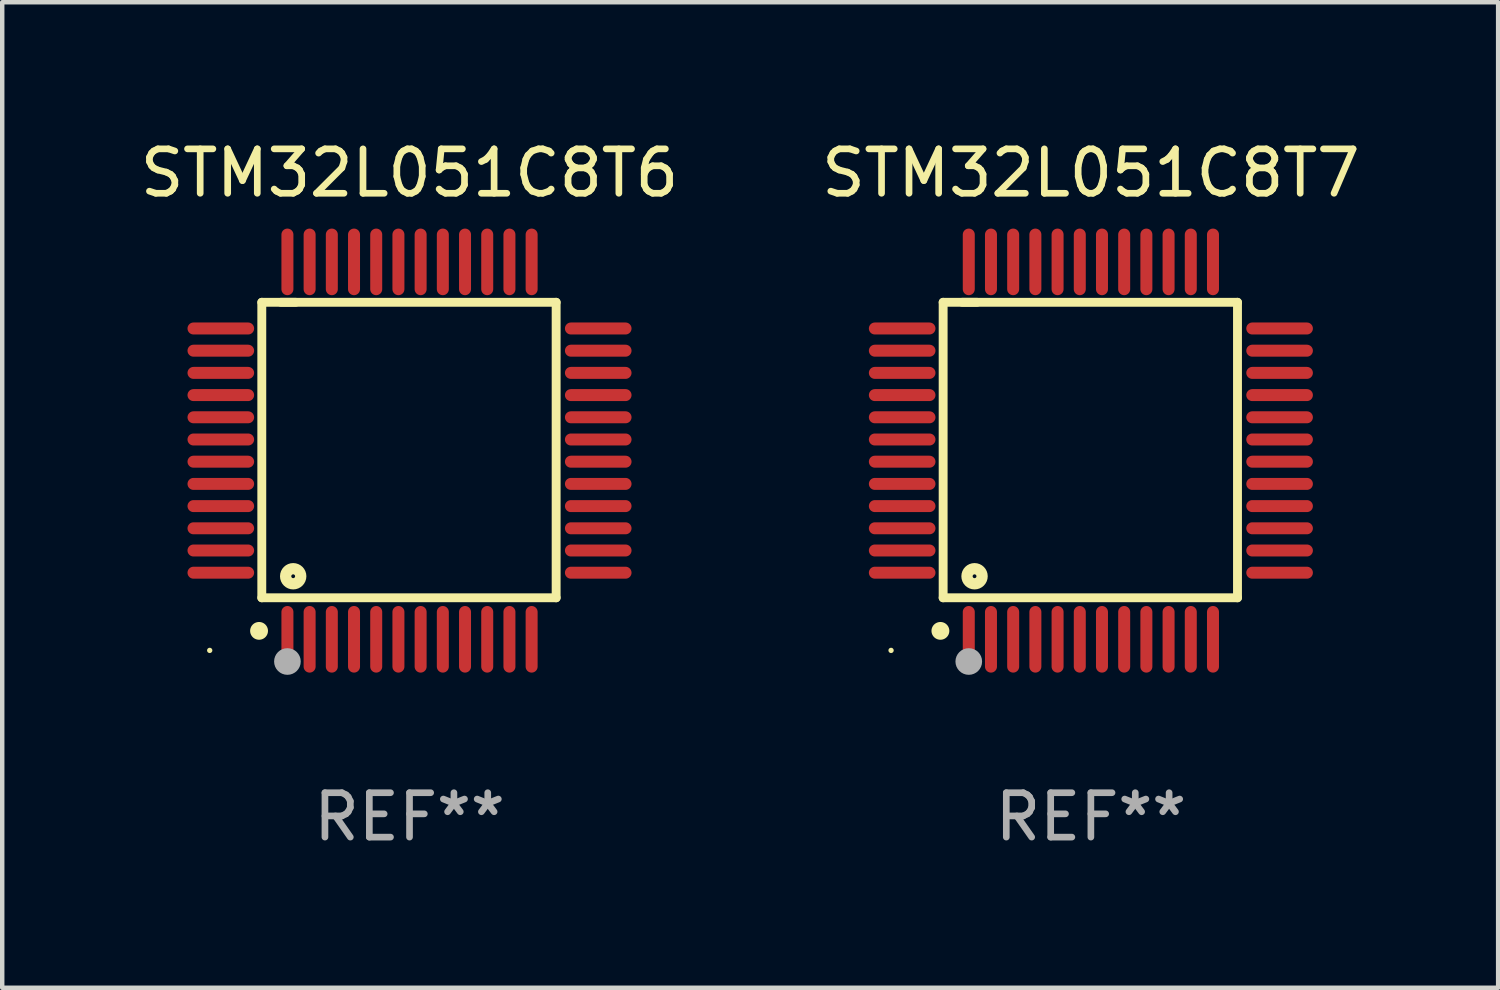
<source format=kicad_pcb>
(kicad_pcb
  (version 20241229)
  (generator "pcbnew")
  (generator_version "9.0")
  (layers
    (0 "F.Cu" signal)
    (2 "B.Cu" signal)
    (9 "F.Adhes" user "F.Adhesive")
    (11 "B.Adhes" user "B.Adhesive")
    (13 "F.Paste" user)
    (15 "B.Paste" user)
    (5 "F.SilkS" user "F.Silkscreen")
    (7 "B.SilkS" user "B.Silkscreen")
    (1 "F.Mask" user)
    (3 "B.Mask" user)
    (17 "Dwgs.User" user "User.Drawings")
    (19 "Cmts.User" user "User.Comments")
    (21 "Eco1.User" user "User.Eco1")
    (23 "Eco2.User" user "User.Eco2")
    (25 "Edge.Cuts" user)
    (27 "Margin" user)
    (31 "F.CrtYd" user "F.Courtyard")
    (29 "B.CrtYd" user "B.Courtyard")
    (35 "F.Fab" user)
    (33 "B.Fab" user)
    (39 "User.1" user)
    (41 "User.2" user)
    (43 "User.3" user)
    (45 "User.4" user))
  (footprint "STM32L051C8T7"
    (layer "F.Cu")
    (at 21.518 7.098)
    (property "Reference" "STM32L051C8T7" (at 0 -6.25 0) (layer "F.SilkS") (effects (font (size 1 1) (thickness 0.15))))
    (attr through_hole)
    (fp_line (start -3.327 -3.34) (end -2.565 -3.34) (stroke (width 0.2) (type solid)) (layer "F.SilkS"))
    (fp_line (start -3.327 3.315) (end -3.327 -3.34) (stroke (width 0.2) (type solid)) (layer "F.SilkS"))
    (fp_line (start -2.896 -3.34) (end 3.302 -3.34) (stroke (width 0.2) (type solid)) (layer "F.SilkS"))
    (fp_line (start 3.302 -3.34) (end 3.302 3.315) (stroke (width 0.2) (type solid)) (layer "F.SilkS"))
    (fp_line (start 3.302 3.315) (end -3.327 3.315) (stroke (width 0.2) (type solid)) (layer "F.SilkS"))
    (fp_arc (start -3.389992 4.059995) (mid -3.388722 4.059991) (end -3.387452 4.059995) (stroke (width 0.4) (type solid)) (layer "F.SilkS"))
    (fp_circle (center -4.5 4.5) (end -4.47 4.5) (stroke (width 0.06) (type solid)) (fill no) (layer "F.SilkS"))
    (fp_circle (center -2.62 2.83) (end -2.45 2.83) (stroke (width 0.254) (type solid)) (fill no) (layer "F.SilkS"))
    (fp_circle (center -2.75 4.75) (end -2.6 4.75) (stroke (width 0.3) (type solid)) (fill no) (layer "F.Fab"))
    (fp_text user "REF**" (at 0 8.25 0) (layer "F.Fab") (effects (font (size 1 1) (thickness 0.15))))
    (pad "1" smd oval (at -2.75 4.25) (size 0.27 1.5) (layers "F.Cu" "F.Mask" "F.Paste"))
    (pad "2" smd oval (at -2.25 4.25) (size 0.27 1.5) (layers "F.Cu" "F.Mask" "F.Paste"))
    (pad "3" smd oval (at -1.75 4.25) (size 0.27 1.5) (layers "F.Cu" "F.Mask" "F.Paste"))
    (pad "4" smd oval (at -1.25 4.25) (size 0.27 1.5) (layers "F.Cu" "F.Mask" "F.Paste"))
    (pad "5" smd oval (at -0.75 4.25) (size 0.27 1.5) (layers "F.Cu" "F.Mask" "F.Paste"))
    (pad "6" smd oval (at -0.25 4.25) (size 0.27 1.5) (layers "F.Cu" "F.Mask" "F.Paste"))
    (pad "7" smd oval (at 0.25 4.25) (size 0.27 1.5) (layers "F.Cu" "F.Mask" "F.Paste"))
    (pad "8" smd oval (at 0.75 4.25) (size 0.27 1.5) (layers "F.Cu" "F.Mask" "F.Paste"))
    (pad "9" smd oval (at 1.25 4.25) (size 0.27 1.5) (layers "F.Cu" "F.Mask" "F.Paste"))
    (pad "10" smd oval (at 1.75 4.25) (size 0.27 1.5) (layers "F.Cu" "F.Mask" "F.Paste"))
    (pad "11" smd oval (at 2.25 4.25) (size 0.27 1.5) (layers "F.Cu" "F.Mask" "F.Paste"))
    (pad "12" smd oval (at 2.75 4.25) (size 0.27 1.5) (layers "F.Cu" "F.Mask" "F.Paste"))
    (pad "13" smd oval (at 4.25 2.75) (size 1.5 0.27) (layers "F.Cu" "F.Mask" "F.Paste"))
    (pad "14" smd oval (at 4.25 2.25) (size 1.5 0.27) (layers "F.Cu" "F.Mask" "F.Paste"))
    (pad "15" smd oval (at 4.25 1.75) (size 1.5 0.27) (layers "F.Cu" "F.Mask" "F.Paste"))
    (pad "16" smd oval (at 4.25 1.25) (size 1.5 0.27) (layers "F.Cu" "F.Mask" "F.Paste"))
    (pad "17" smd oval (at 4.25 0.75) (size 1.5 0.27) (layers "F.Cu" "F.Mask" "F.Paste"))
    (pad "18" smd oval (at 4.25 0.25) (size 1.5 0.27) (layers "F.Cu" "F.Mask" "F.Paste"))
    (pad "19" smd oval (at 4.25 -0.25) (size 1.5 0.27) (layers "F.Cu" "F.Mask" "F.Paste"))
    (pad "20" smd oval (at 4.25 -0.75) (size 1.5 0.27) (layers "F.Cu" "F.Mask" "F.Paste"))
    (pad "21" smd oval (at 4.25 -1.25) (size 1.5 0.27) (layers "F.Cu" "F.Mask" "F.Paste"))
    (pad "22" smd oval (at 4.25 -1.75) (size 1.5 0.27) (layers "F.Cu" "F.Mask" "F.Paste"))
    (pad "23" smd oval (at 4.25 -2.25) (size 1.5 0.27) (layers "F.Cu" "F.Mask" "F.Paste"))
    (pad "24" smd oval (at 4.25 -2.75) (size 1.5 0.27) (layers "F.Cu" "F.Mask" "F.Paste"))
    (pad "25" smd oval (at 2.75 -4.25) (size 0.27 1.5) (layers "F.Cu" "F.Mask" "F.Paste"))
    (pad "26" smd oval (at 2.25 -4.25) (size 0.27 1.5) (layers "F.Cu" "F.Mask" "F.Paste"))
    (pad "27" smd oval (at 1.75 -4.25) (size 0.27 1.5) (layers "F.Cu" "F.Mask" "F.Paste"))
    (pad "28" smd oval (at 1.25 -4.25) (size 0.27 1.5) (layers "F.Cu" "F.Mask" "F.Paste"))
    (pad "29" smd oval (at 0.75 -4.25) (size 0.27 1.5) (layers "F.Cu" "F.Mask" "F.Paste"))
    (pad "30" smd oval (at 0.25 -4.25) (size 0.27 1.5) (layers "F.Cu" "F.Mask" "F.Paste"))
    (pad "31" smd oval (at -0.25 -4.25) (size 0.27 1.5) (layers "F.Cu" "F.Mask" "F.Paste"))
    (pad "32" smd oval (at -0.75 -4.25) (size 0.27 1.5) (layers "F.Cu" "F.Mask" "F.Paste"))
    (pad "33" smd oval (at -1.25 -4.25) (size 0.27 1.5) (layers "F.Cu" "F.Mask" "F.Paste"))
    (pad "34" smd oval (at -1.75 -4.25) (size 0.27 1.5) (layers "F.Cu" "F.Mask" "F.Paste"))
    (pad "35" smd oval (at -2.25 -4.25) (size 0.27 1.5) (layers "F.Cu" "F.Mask" "F.Paste"))
    (pad "36" smd oval (at -2.75 -4.25) (size 0.27 1.5) (layers "F.Cu" "F.Mask" "F.Paste"))
    (pad "37" smd oval (at -4.25 -2.75) (size 1.5 0.27) (layers "F.Cu" "F.Mask" "F.Paste"))
    (pad "38" smd oval (at -4.25 -2.25) (size 1.5 0.27) (layers "F.Cu" "F.Mask" "F.Paste"))
    (pad "39" smd oval (at -4.25 -1.75) (size 1.5 0.27) (layers "F.Cu" "F.Mask" "F.Paste"))
    (pad "40" smd oval (at -4.25 -1.25) (size 1.5 0.27) (layers "F.Cu" "F.Mask" "F.Paste"))
    (pad "41" smd oval (at -4.25 -0.75) (size 1.5 0.27) (layers "F.Cu" "F.Mask" "F.Paste"))
    (pad "42" smd oval (at -4.25 -0.25) (size 1.5 0.27) (layers "F.Cu" "F.Mask" "F.Paste"))
    (pad "43" smd oval (at -4.25 0.25) (size 1.5 0.27) (layers "F.Cu" "F.Mask" "F.Paste"))
    (pad "44" smd oval (at -4.25 0.75) (size 1.5 0.27) (layers "F.Cu" "F.Mask" "F.Paste"))
    (pad "45" smd oval (at -4.25 1.25) (size 1.5 0.27) (layers "F.Cu" "F.Mask" "F.Paste"))
    (pad "46" smd oval (at -4.25 1.75) (size 1.5 0.27) (layers "F.Cu" "F.Mask" "F.Paste"))
    (pad "47" smd oval (at -4.25 2.25) (size 1.5 0.27) (layers "F.Cu" "F.Mask" "F.Paste"))
    (pad "48" smd oval (at -4.25 2.75) (size 1.5 0.27) (layers "F.Cu" "F.Mask" "F.Paste")))
  (footprint "STM32L051C8T6"
    (layer "F.Cu")
    (at 6.173 7.098)
    (property "Reference" "STM32L051C8T6" (at 0 -6.25 0) (layer "F.SilkS") (effects (font (size 1 1) (thickness 0.15))))
    (attr through_hole)
    (fp_line (start -3.327 -3.34) (end -2.565 -3.34) (stroke (width 0.2) (type solid)) (layer "F.SilkS"))
    (fp_line (start -3.327 3.315) (end -3.327 -3.34) (stroke (width 0.2) (type solid)) (layer "F.SilkS"))
    (fp_line (start -2.896 -3.34) (end 3.302 -3.34) (stroke (width 0.2) (type solid)) (layer "F.SilkS"))
    (fp_line (start 3.302 -3.34) (end 3.302 3.315) (stroke (width 0.2) (type solid)) (layer "F.SilkS"))
    (fp_line (start 3.302 3.315) (end -3.327 3.315) (stroke (width 0.2) (type solid)) (layer "F.SilkS"))
    (fp_arc (start -3.389992 4.059995) (mid -3.388722 4.059991) (end -3.387452 4.059995) (stroke (width 0.4) (type solid)) (layer "F.SilkS"))
    (fp_circle (center -4.5 4.5) (end -4.47 4.5) (stroke (width 0.06) (type solid)) (fill no) (layer "F.SilkS"))
    (fp_circle (center -2.62 2.83) (end -2.45 2.83) (stroke (width 0.254) (type solid)) (fill no) (layer "F.SilkS"))
    (fp_circle (center -2.75 4.75) (end -2.6 4.75) (stroke (width 0.3) (type solid)) (fill no) (layer "F.Fab"))
    (fp_text user "REF**" (at 0 8.25 0) (layer "F.Fab") (effects (font (size 1 1) (thickness 0.15))))
    (pad "1" smd oval (at -2.75 4.25) (size 0.27 1.5) (layers "F.Cu" "F.Mask" "F.Paste"))
    (pad "2" smd oval (at -2.25 4.25) (size 0.27 1.5) (layers "F.Cu" "F.Mask" "F.Paste"))
    (pad "3" smd oval (at -1.75 4.25) (size 0.27 1.5) (layers "F.Cu" "F.Mask" "F.Paste"))
    (pad "4" smd oval (at -1.25 4.25) (size 0.27 1.5) (layers "F.Cu" "F.Mask" "F.Paste"))
    (pad "5" smd oval (at -0.75 4.25) (size 0.27 1.5) (layers "F.Cu" "F.Mask" "F.Paste"))
    (pad "6" smd oval (at -0.25 4.25) (size 0.27 1.5) (layers "F.Cu" "F.Mask" "F.Paste"))
    (pad "7" smd oval (at 0.25 4.25) (size 0.27 1.5) (layers "F.Cu" "F.Mask" "F.Paste"))
    (pad "8" smd oval (at 0.75 4.25) (size 0.27 1.5) (layers "F.Cu" "F.Mask" "F.Paste"))
    (pad "9" smd oval (at 1.25 4.25) (size 0.27 1.5) (layers "F.Cu" "F.Mask" "F.Paste"))
    (pad "10" smd oval (at 1.75 4.25) (size 0.27 1.5) (layers "F.Cu" "F.Mask" "F.Paste"))
    (pad "11" smd oval (at 2.25 4.25) (size 0.27 1.5) (layers "F.Cu" "F.Mask" "F.Paste"))
    (pad "12" smd oval (at 2.75 4.25) (size 0.27 1.5) (layers "F.Cu" "F.Mask" "F.Paste"))
    (pad "13" smd oval (at 4.25 2.75) (size 1.5 0.27) (layers "F.Cu" "F.Mask" "F.Paste"))
    (pad "14" smd oval (at 4.25 2.25) (size 1.5 0.27) (layers "F.Cu" "F.Mask" "F.Paste"))
    (pad "15" smd oval (at 4.25 1.75) (size 1.5 0.27) (layers "F.Cu" "F.Mask" "F.Paste"))
    (pad "16" smd oval (at 4.25 1.25) (size 1.5 0.27) (layers "F.Cu" "F.Mask" "F.Paste"))
    (pad "17" smd oval (at 4.25 0.75) (size 1.5 0.27) (layers "F.Cu" "F.Mask" "F.Paste"))
    (pad "18" smd oval (at 4.25 0.25) (size 1.5 0.27) (layers "F.Cu" "F.Mask" "F.Paste"))
    (pad "19" smd oval (at 4.25 -0.25) (size 1.5 0.27) (layers "F.Cu" "F.Mask" "F.Paste"))
    (pad "20" smd oval (at 4.25 -0.75) (size 1.5 0.27) (layers "F.Cu" "F.Mask" "F.Paste"))
    (pad "21" smd oval (at 4.25 -1.25) (size 1.5 0.27) (layers "F.Cu" "F.Mask" "F.Paste"))
    (pad "22" smd oval (at 4.25 -1.75) (size 1.5 0.27) (layers "F.Cu" "F.Mask" "F.Paste"))
    (pad "23" smd oval (at 4.25 -2.25) (size 1.5 0.27) (layers "F.Cu" "F.Mask" "F.Paste"))
    (pad "24" smd oval (at 4.25 -2.75) (size 1.5 0.27) (layers "F.Cu" "F.Mask" "F.Paste"))
    (pad "25" smd oval (at 2.75 -4.25) (size 0.27 1.5) (layers "F.Cu" "F.Mask" "F.Paste"))
    (pad "26" smd oval (at 2.25 -4.25) (size 0.27 1.5) (layers "F.Cu" "F.Mask" "F.Paste"))
    (pad "27" smd oval (at 1.75 -4.25) (size 0.27 1.5) (layers "F.Cu" "F.Mask" "F.Paste"))
    (pad "28" smd oval (at 1.25 -4.25) (size 0.27 1.5) (layers "F.Cu" "F.Mask" "F.Paste"))
    (pad "29" smd oval (at 0.75 -4.25) (size 0.27 1.5) (layers "F.Cu" "F.Mask" "F.Paste"))
    (pad "30" smd oval (at 0.25 -4.25) (size 0.27 1.5) (layers "F.Cu" "F.Mask" "F.Paste"))
    (pad "31" smd oval (at -0.25 -4.25) (size 0.27 1.5) (layers "F.Cu" "F.Mask" "F.Paste"))
    (pad "32" smd oval (at -0.75 -4.25) (size 0.27 1.5) (layers "F.Cu" "F.Mask" "F.Paste"))
    (pad "33" smd oval (at -1.25 -4.25) (size 0.27 1.5) (layers "F.Cu" "F.Mask" "F.Paste"))
    (pad "34" smd oval (at -1.75 -4.25) (size 0.27 1.5) (layers "F.Cu" "F.Mask" "F.Paste"))
    (pad "35" smd oval (at -2.25 -4.25) (size 0.27 1.5) (layers "F.Cu" "F.Mask" "F.Paste"))
    (pad "36" smd oval (at -2.75 -4.25) (size 0.27 1.5) (layers "F.Cu" "F.Mask" "F.Paste"))
    (pad "37" smd oval (at -4.25 -2.75) (size 1.5 0.27) (layers "F.Cu" "F.Mask" "F.Paste"))
    (pad "38" smd oval (at -4.25 -2.25) (size 1.5 0.27) (layers "F.Cu" "F.Mask" "F.Paste"))
    (pad "39" smd oval (at -4.25 -1.75) (size 1.5 0.27) (layers "F.Cu" "F.Mask" "F.Paste"))
    (pad "40" smd oval (at -4.25 -1.25) (size 1.5 0.27) (layers "F.Cu" "F.Mask" "F.Paste"))
    (pad "41" smd oval (at -4.25 -0.75) (size 1.5 0.27) (layers "F.Cu" "F.Mask" "F.Paste"))
    (pad "42" smd oval (at -4.25 -0.25) (size 1.5 0.27) (layers "F.Cu" "F.Mask" "F.Paste"))
    (pad "43" smd oval (at -4.25 0.25) (size 1.5 0.27) (layers "F.Cu" "F.Mask" "F.Paste"))
    (pad "44" smd oval (at -4.25 0.75) (size 1.5 0.27) (layers "F.Cu" "F.Mask" "F.Paste"))
    (pad "45" smd oval (at -4.25 1.25) (size 1.5 0.27) (layers "F.Cu" "F.Mask" "F.Paste"))
    (pad "46" smd oval (at -4.25 1.75) (size 1.5 0.27) (layers "F.Cu" "F.Mask" "F.Paste"))
    (pad "47" smd oval (at -4.25 2.25) (size 1.5 0.27) (layers "F.Cu" "F.Mask" "F.Paste"))
    (pad "48" smd oval (at -4.25 2.75) (size 1.5 0.27) (layers "F.Cu" "F.Mask" "F.Paste")))
  (gr_rect
    (start -3 -3)
    (end 30.69 19.196)
    (stroke (width 0.1) (type default))
    (fill no)
    (layer "Edge.Cuts")))
</source>
